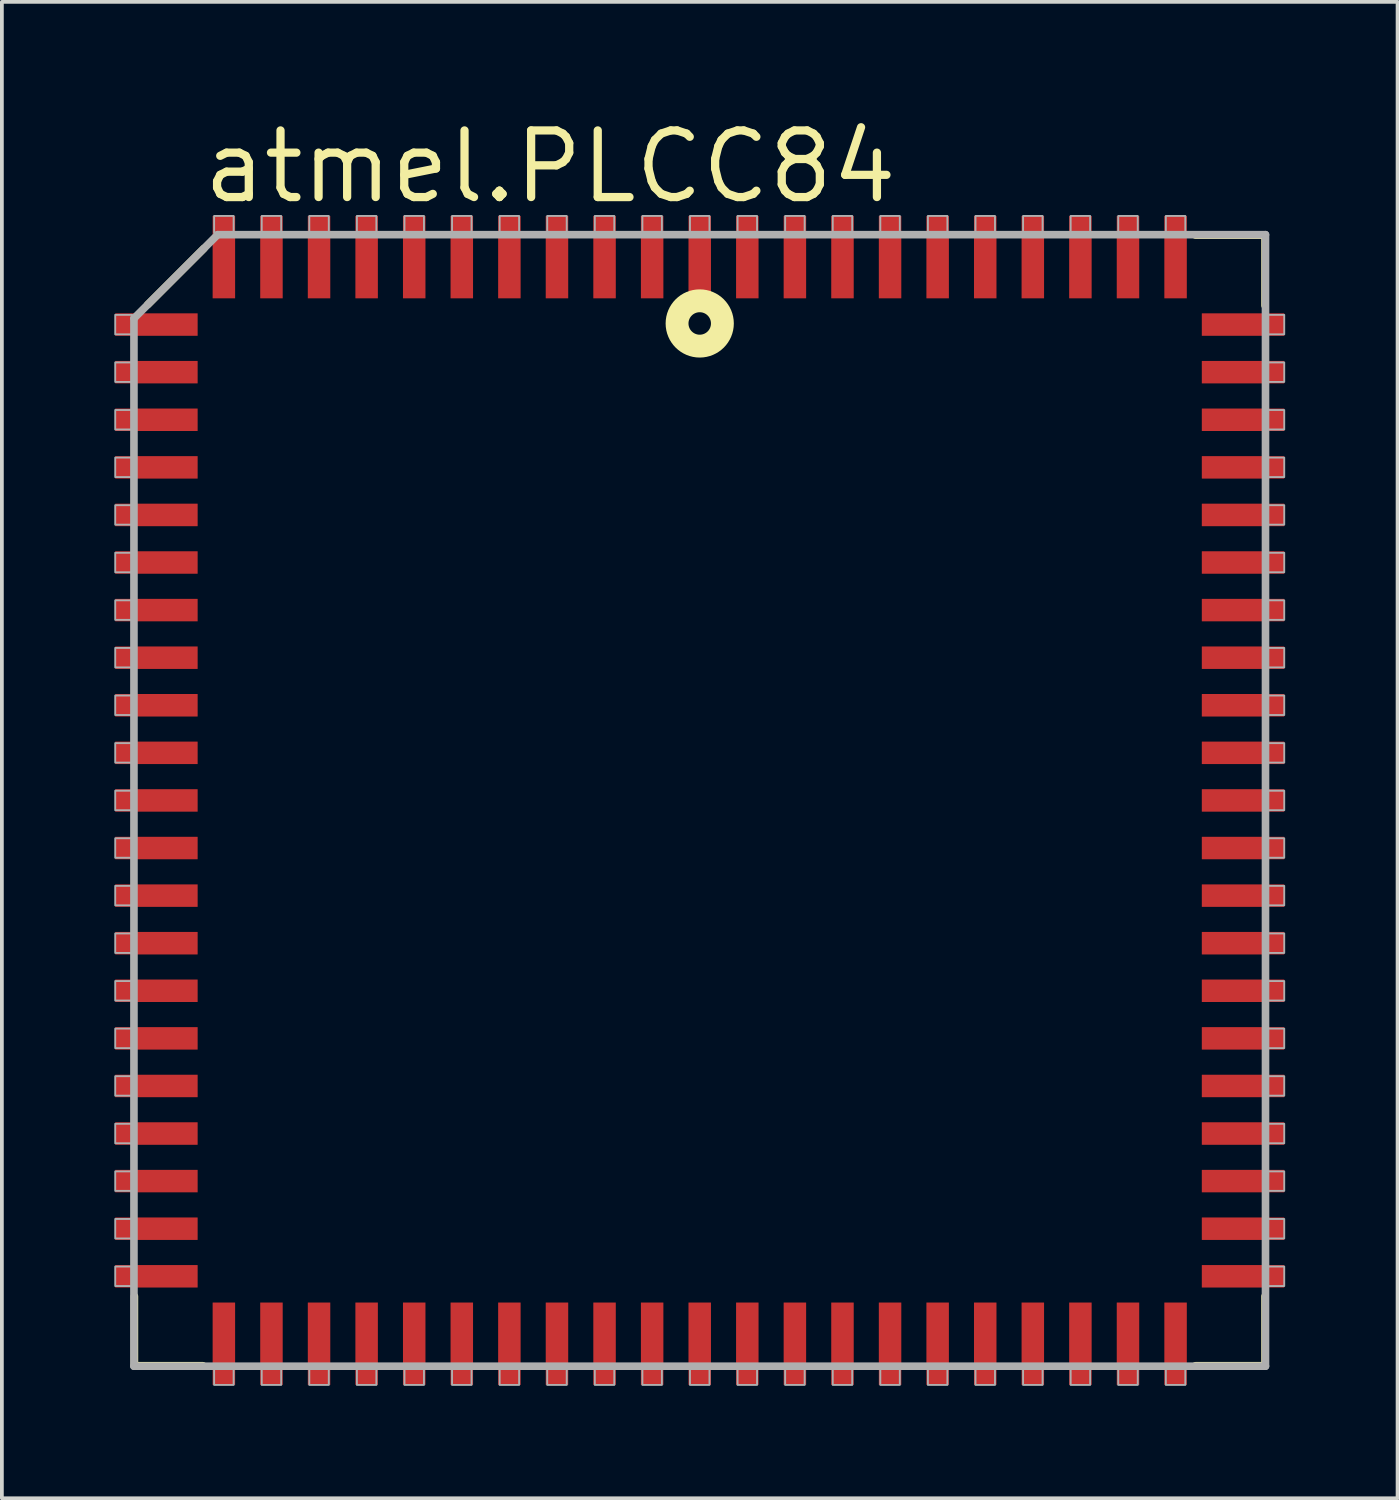
<source format=kicad_pcb>
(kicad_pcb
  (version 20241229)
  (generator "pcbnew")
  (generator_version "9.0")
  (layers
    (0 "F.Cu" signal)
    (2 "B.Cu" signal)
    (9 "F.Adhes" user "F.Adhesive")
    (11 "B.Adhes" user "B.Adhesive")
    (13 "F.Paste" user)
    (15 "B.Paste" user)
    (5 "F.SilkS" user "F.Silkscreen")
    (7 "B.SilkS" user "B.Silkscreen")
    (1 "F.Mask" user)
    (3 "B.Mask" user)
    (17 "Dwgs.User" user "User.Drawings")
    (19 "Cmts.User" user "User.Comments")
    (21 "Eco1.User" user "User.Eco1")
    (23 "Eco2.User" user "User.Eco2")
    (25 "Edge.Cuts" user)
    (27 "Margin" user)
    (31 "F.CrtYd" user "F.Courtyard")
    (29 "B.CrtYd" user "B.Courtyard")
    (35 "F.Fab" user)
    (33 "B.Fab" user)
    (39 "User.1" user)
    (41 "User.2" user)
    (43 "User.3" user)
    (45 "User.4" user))
  (footprint "atmel.PLCC84"
    (layer "F.Cu")
    (at 15.625 18.313)
    (property "Reference" "atmel.PLCC84" (at -13.365 -15.875 0) (layer "F.SilkS") (effects (font (size 1.778 1.778) (thickness 0.22)) (justify left bottom)))
    (attr smd)
    (fp_line (start -15.088 13.233) (end -15.088 15.088) (stroke (width 0.203) (type default)) (layer "F.SilkS"))
    (fp_line (start -15.088 15.088) (end -13.259 15.088) (stroke (width 0.203) (type default)) (layer "F.SilkS"))
    (fp_line (start -14.732 -13.233) (end -13.233 -14.732) (stroke (width 0.203) (type default)) (layer "F.SilkS"))
    (fp_line (start 15.088 -15.088) (end 13.233 -15.088) (stroke (width 0.203) (type default)) (layer "F.SilkS"))
    (fp_line (start 15.088 -13.208) (end 15.088 -15.088) (stroke (width 0.203) (type default)) (layer "F.SilkS"))
    (fp_line (start 15.088 13.233) (end 15.088 15.088) (stroke (width 0.203) (type default)) (layer "F.SilkS"))
    (fp_line (start 15.088 15.088) (end 13.233 15.088) (stroke (width 0.203) (type default)) (layer "F.SilkS"))
    (fp_circle (center 0 -12.73) (end 0.3 -12.73) (stroke (width 0.61) (type default)) (fill no) (layer "F.SilkS"))
    (fp_line (start -15.1 -12.865) (end -15.1 15.1) (stroke (width 0.203) (type default)) (layer "F.Fab"))
    (fp_line (start -15.1 15.1) (end 15.1 15.1) (stroke (width 0.203) (type default)) (layer "F.Fab"))
    (fp_line (start -12.865 -15.1) (end -15.1 -12.865) (stroke (width 0.203) (type default)) (layer "F.Fab"))
    (fp_line (start 15.1 -15.1) (end -12.865 -15.1) (stroke (width 0.203) (type default)) (layer "F.Fab"))
    (fp_line (start 15.1 15.1) (end 15.1 -15.1) (stroke (width 0.203) (type default)) (layer "F.Fab"))
    (fp_rect (start -15.6 -12.44) (end -15.15 -12.96) (stroke (width 0.05) (type default)) (fill no) (layer "F.Fab"))
    (fp_rect (start -15.6 -11.17) (end -15.15 -11.69) (stroke (width 0.05) (type default)) (fill no) (layer "F.Fab"))
    (fp_rect (start -15.6 -9.9) (end -15.15 -10.42) (stroke (width 0.05) (type default)) (fill no) (layer "F.Fab"))
    (fp_rect (start -15.6 -8.63) (end -15.15 -9.15) (stroke (width 0.05) (type default)) (fill no) (layer "F.Fab"))
    (fp_rect (start -15.6 -7.36) (end -15.15 -7.88) (stroke (width 0.05) (type default)) (fill no) (layer "F.Fab"))
    (fp_rect (start -15.6 -6.09) (end -15.15 -6.61) (stroke (width 0.05) (type default)) (fill no) (layer "F.Fab"))
    (fp_rect (start -15.6 -4.82) (end -15.15 -5.34) (stroke (width 0.05) (type default)) (fill no) (layer "F.Fab"))
    (fp_rect (start -15.6 -3.55) (end -15.15 -4.07) (stroke (width 0.05) (type default)) (fill no) (layer "F.Fab"))
    (fp_rect (start -15.6 -2.28) (end -15.15 -2.8) (stroke (width 0.05) (type default)) (fill no) (layer "F.Fab"))
    (fp_rect (start -15.6 -1.01) (end -15.15 -1.53) (stroke (width 0.05) (type default)) (fill no) (layer "F.Fab"))
    (fp_rect (start -15.6 0.26) (end -15.15 -0.26) (stroke (width 0.05) (type default)) (fill no) (layer "F.Fab"))
    (fp_rect (start -15.6 1.53) (end -15.15 1.01) (stroke (width 0.05) (type default)) (fill no) (layer "F.Fab"))
    (fp_rect (start -15.6 2.8) (end -15.15 2.28) (stroke (width 0.05) (type default)) (fill no) (layer "F.Fab"))
    (fp_rect (start -15.6 4.07) (end -15.15 3.55) (stroke (width 0.05) (type default)) (fill no) (layer "F.Fab"))
    (fp_rect (start -15.6 5.34) (end -15.15 4.82) (stroke (width 0.05) (type default)) (fill no) (layer "F.Fab"))
    (fp_rect (start -15.6 6.61) (end -15.15 6.09) (stroke (width 0.05) (type default)) (fill no) (layer "F.Fab"))
    (fp_rect (start -15.6 7.88) (end -15.15 7.36) (stroke (width 0.05) (type default)) (fill no) (layer "F.Fab"))
    (fp_rect (start -15.6 9.15) (end -15.15 8.63) (stroke (width 0.05) (type default)) (fill no) (layer "F.Fab"))
    (fp_rect (start -15.6 10.42) (end -15.15 9.9) (stroke (width 0.05) (type default)) (fill no) (layer "F.Fab"))
    (fp_rect (start -15.6 11.69) (end -15.15 11.17) (stroke (width 0.05) (type default)) (fill no) (layer "F.Fab"))
    (fp_rect (start -15.6 12.96) (end -15.15 12.44) (stroke (width 0.05) (type default)) (fill no) (layer "F.Fab"))
    (fp_rect (start -12.96 -15.15) (end -12.44 -15.6) (stroke (width 0.05) (type default)) (fill no) (layer "F.Fab"))
    (fp_rect (start -12.96 15.6) (end -12.44 15.15) (stroke (width 0.05) (type default)) (fill no) (layer "F.Fab"))
    (fp_rect (start -11.69 -15.15) (end -11.17 -15.6) (stroke (width 0.05) (type default)) (fill no) (layer "F.Fab"))
    (fp_rect (start -11.69 15.6) (end -11.17 15.15) (stroke (width 0.05) (type default)) (fill no) (layer "F.Fab"))
    (fp_rect (start -10.42 -15.15) (end -9.9 -15.6) (stroke (width 0.05) (type default)) (fill no) (layer "F.Fab"))
    (fp_rect (start -10.42 15.6) (end -9.9 15.15) (stroke (width 0.05) (type default)) (fill no) (layer "F.Fab"))
    (fp_rect (start -9.15 -15.15) (end -8.63 -15.6) (stroke (width 0.05) (type default)) (fill no) (layer "F.Fab"))
    (fp_rect (start -9.15 15.6) (end -8.63 15.15) (stroke (width 0.05) (type default)) (fill no) (layer "F.Fab"))
    (fp_rect (start -7.88 -15.15) (end -7.36 -15.6) (stroke (width 0.05) (type default)) (fill no) (layer "F.Fab"))
    (fp_rect (start -7.88 15.6) (end -7.36 15.15) (stroke (width 0.05) (type default)) (fill no) (layer "F.Fab"))
    (fp_rect (start -6.61 -15.15) (end -6.09 -15.6) (stroke (width 0.05) (type default)) (fill no) (layer "F.Fab"))
    (fp_rect (start -6.61 15.6) (end -6.09 15.15) (stroke (width 0.05) (type default)) (fill no) (layer "F.Fab"))
    (fp_rect (start -5.34 -15.15) (end -4.82 -15.6) (stroke (width 0.05) (type default)) (fill no) (layer "F.Fab"))
    (fp_rect (start -5.34 15.6) (end -4.82 15.15) (stroke (width 0.05) (type default)) (fill no) (layer "F.Fab"))
    (fp_rect (start -4.07 -15.15) (end -3.55 -15.6) (stroke (width 0.05) (type default)) (fill no) (layer "F.Fab"))
    (fp_rect (start -4.07 15.6) (end -3.55 15.15) (stroke (width 0.05) (type default)) (fill no) (layer "F.Fab"))
    (fp_rect (start -2.8 -15.15) (end -2.28 -15.6) (stroke (width 0.05) (type default)) (fill no) (layer "F.Fab"))
    (fp_rect (start -2.8 15.6) (end -2.28 15.15) (stroke (width 0.05) (type default)) (fill no) (layer "F.Fab"))
    (fp_rect (start -1.53 -15.15) (end -1.01 -15.6) (stroke (width 0.05) (type default)) (fill no) (layer "F.Fab"))
    (fp_rect (start -1.53 15.6) (end -1.01 15.15) (stroke (width 0.05) (type default)) (fill no) (layer "F.Fab"))
    (fp_rect (start -0.26 -15.15) (end 0.26 -15.6) (stroke (width 0.05) (type default)) (fill no) (layer "F.Fab"))
    (fp_rect (start -0.26 15.6) (end 0.26 15.15) (stroke (width 0.05) (type default)) (fill no) (layer "F.Fab"))
    (fp_rect (start 1.01 -15.15) (end 1.53 -15.6) (stroke (width 0.05) (type default)) (fill no) (layer "F.Fab"))
    (fp_rect (start 1.01 15.6) (end 1.53 15.15) (stroke (width 0.05) (type default)) (fill no) (layer "F.Fab"))
    (fp_rect (start 2.28 -15.15) (end 2.8 -15.6) (stroke (width 0.05) (type default)) (fill no) (layer "F.Fab"))
    (fp_rect (start 2.28 15.6) (end 2.8 15.15) (stroke (width 0.05) (type default)) (fill no) (layer "F.Fab"))
    (fp_rect (start 3.55 -15.15) (end 4.07 -15.6) (stroke (width 0.05) (type default)) (fill no) (layer "F.Fab"))
    (fp_rect (start 3.55 15.6) (end 4.07 15.15) (stroke (width 0.05) (type default)) (fill no) (layer "F.Fab"))
    (fp_rect (start 4.82 -15.15) (end 5.34 -15.6) (stroke (width 0.05) (type default)) (fill no) (layer "F.Fab"))
    (fp_rect (start 4.82 15.6) (end 5.34 15.15) (stroke (width 0.05) (type default)) (fill no) (layer "F.Fab"))
    (fp_rect (start 6.09 -15.15) (end 6.61 -15.6) (stroke (width 0.05) (type default)) (fill no) (layer "F.Fab"))
    (fp_rect (start 6.09 15.6) (end 6.61 15.15) (stroke (width 0.05) (type default)) (fill no) (layer "F.Fab"))
    (fp_rect (start 7.36 -15.15) (end 7.88 -15.6) (stroke (width 0.05) (type default)) (fill no) (layer "F.Fab"))
    (fp_rect (start 7.36 15.6) (end 7.88 15.15) (stroke (width 0.05) (type default)) (fill no) (layer "F.Fab"))
    (fp_rect (start 8.63 -15.15) (end 9.15 -15.6) (stroke (width 0.05) (type default)) (fill no) (layer "F.Fab"))
    (fp_rect (start 8.63 15.6) (end 9.15 15.15) (stroke (width 0.05) (type default)) (fill no) (layer "F.Fab"))
    (fp_rect (start 9.9 -15.15) (end 10.42 -15.6) (stroke (width 0.05) (type default)) (fill no) (layer "F.Fab"))
    (fp_rect (start 9.9 15.6) (end 10.42 15.15) (stroke (width 0.05) (type default)) (fill no) (layer "F.Fab"))
    (fp_rect (start 11.17 -15.15) (end 11.69 -15.6) (stroke (width 0.05) (type default)) (fill no) (layer "F.Fab"))
    (fp_rect (start 11.17 15.6) (end 11.69 15.15) (stroke (width 0.05) (type default)) (fill no) (layer "F.Fab"))
    (fp_rect (start 12.44 -15.15) (end 12.96 -15.6) (stroke (width 0.05) (type default)) (fill no) (layer "F.Fab"))
    (fp_rect (start 12.44 15.6) (end 12.96 15.15) (stroke (width 0.05) (type default)) (fill no) (layer "F.Fab"))
    (fp_rect (start 15.15 -12.44) (end 15.6 -12.96) (stroke (width 0.05) (type default)) (fill no) (layer "F.Fab"))
    (fp_rect (start 15.15 -11.17) (end 15.6 -11.69) (stroke (width 0.05) (type default)) (fill no) (layer "F.Fab"))
    (fp_rect (start 15.15 -9.9) (end 15.6 -10.42) (stroke (width 0.05) (type default)) (fill no) (layer "F.Fab"))
    (fp_rect (start 15.15 -8.63) (end 15.6 -9.15) (stroke (width 0.05) (type default)) (fill no) (layer "F.Fab"))
    (fp_rect (start 15.15 -7.36) (end 15.6 -7.88) (stroke (width 0.05) (type default)) (fill no) (layer "F.Fab"))
    (fp_rect (start 15.15 -6.09) (end 15.6 -6.61) (stroke (width 0.05) (type default)) (fill no) (layer "F.Fab"))
    (fp_rect (start 15.15 -4.82) (end 15.6 -5.34) (stroke (width 0.05) (type default)) (fill no) (layer "F.Fab"))
    (fp_rect (start 15.15 -3.55) (end 15.6 -4.07) (stroke (width 0.05) (type default)) (fill no) (layer "F.Fab"))
    (fp_rect (start 15.15 -2.28) (end 15.6 -2.8) (stroke (width 0.05) (type default)) (fill no) (layer "F.Fab"))
    (fp_rect (start 15.15 -1.01) (end 15.6 -1.53) (stroke (width 0.05) (type default)) (fill no) (layer "F.Fab"))
    (fp_rect (start 15.15 0.26) (end 15.6 -0.26) (stroke (width 0.05) (type default)) (fill no) (layer "F.Fab"))
    (fp_rect (start 15.15 1.53) (end 15.6 1.01) (stroke (width 0.05) (type default)) (fill no) (layer "F.Fab"))
    (fp_rect (start 15.15 2.8) (end 15.6 2.28) (stroke (width 0.05) (type default)) (fill no) (layer "F.Fab"))
    (fp_rect (start 15.15 4.07) (end 15.6 3.55) (stroke (width 0.05) (type default)) (fill no) (layer "F.Fab"))
    (fp_rect (start 15.15 5.34) (end 15.6 4.82) (stroke (width 0.05) (type default)) (fill no) (layer "F.Fab"))
    (fp_rect (start 15.15 6.61) (end 15.6 6.09) (stroke (width 0.05) (type default)) (fill no) (layer "F.Fab"))
    (fp_rect (start 15.15 7.88) (end 15.6 7.36) (stroke (width 0.05) (type default)) (fill no) (layer "F.Fab"))
    (fp_rect (start 15.15 9.15) (end 15.6 8.63) (stroke (width 0.05) (type default)) (fill no) (layer "F.Fab"))
    (fp_rect (start 15.15 10.42) (end 15.6 9.9) (stroke (width 0.05) (type default)) (fill no) (layer "F.Fab"))
    (fp_rect (start 15.15 11.69) (end 15.6 11.17) (stroke (width 0.05) (type default)) (fill no) (layer "F.Fab"))
    (fp_rect (start 15.15 12.96) (end 15.6 12.44) (stroke (width 0.05) (type default)) (fill no) (layer "F.Fab"))
    (pad "1" smd roundrect (at 0 -14.5) (size 0.6 2.2) (layers "F.Cu" "F.Mask" "F.Paste") (roundrect_rratio 0.01))
    (pad "2" smd roundrect (at -1.27 -14.5) (size 0.6 2.2) (layers "F.Cu" "F.Mask" "F.Paste") (roundrect_rratio 0.01))
    (pad "3" smd roundrect (at -2.54 -14.5) (size 0.6 2.2) (layers "F.Cu" "F.Mask" "F.Paste") (roundrect_rratio 0.01))
    (pad "4" smd roundrect (at -3.81 -14.5) (size 0.6 2.2) (layers "F.Cu" "F.Mask" "F.Paste") (roundrect_rratio 0.01))
    (pad "5" smd roundrect (at -5.08 -14.5) (size 0.6 2.2) (layers "F.Cu" "F.Mask" "F.Paste") (roundrect_rratio 0.01))
    (pad "6" smd roundrect (at -6.35 -14.5) (size 0.6 2.2) (layers "F.Cu" "F.Mask" "F.Paste") (roundrect_rratio 0.01))
    (pad "7" smd roundrect (at -7.62 -14.5) (size 0.6 2.2) (layers "F.Cu" "F.Mask" "F.Paste") (roundrect_rratio 0.01))
    (pad "8" smd roundrect (at -8.89 -14.5) (size 0.6 2.2) (layers "F.Cu" "F.Mask" "F.Paste") (roundrect_rratio 0.01))
    (pad "9" smd roundrect (at -10.16 -14.5) (size 0.6 2.2) (layers "F.Cu" "F.Mask" "F.Paste") (roundrect_rratio 0.01))
    (pad "10" smd roundrect (at -11.43 -14.5) (size 0.6 2.2) (layers "F.Cu" "F.Mask" "F.Paste") (roundrect_rratio 0.01))
    (pad "11" smd roundrect (at -12.7 -14.5) (size 0.6 2.2) (layers "F.Cu" "F.Mask" "F.Paste") (roundrect_rratio 0.01))
    (pad "12" smd roundrect (at -14.5 -12.7) (size 2.2 0.6) (layers "F.Cu" "F.Mask" "F.Paste") (roundrect_rratio 0.01))
    (pad "13" smd roundrect (at -14.5 -11.43) (size 2.2 0.6) (layers "F.Cu" "F.Mask" "F.Paste") (roundrect_rratio 0.01))
    (pad "14" smd roundrect (at -14.5 -10.16) (size 2.2 0.6) (layers "F.Cu" "F.Mask" "F.Paste") (roundrect_rratio 0.01))
    (pad "15" smd roundrect (at -14.5 -8.89) (size 2.2 0.6) (layers "F.Cu" "F.Mask" "F.Paste") (roundrect_rratio 0.01))
    (pad "16" smd roundrect (at -14.5 -7.62) (size 2.2 0.6) (layers "F.Cu" "F.Mask" "F.Paste") (roundrect_rratio 0.01))
    (pad "17" smd roundrect (at -14.5 -6.35) (size 2.2 0.6) (layers "F.Cu" "F.Mask" "F.Paste") (roundrect_rratio 0.01))
    (pad "18" smd roundrect (at -14.5 -5.08) (size 2.2 0.6) (layers "F.Cu" "F.Mask" "F.Paste") (roundrect_rratio 0.01))
    (pad "19" smd roundrect (at -14.5 -3.81) (size 2.2 0.6) (layers "F.Cu" "F.Mask" "F.Paste") (roundrect_rratio 0.01))
    (pad "20" smd roundrect (at -14.5 -2.54) (size 2.2 0.6) (layers "F.Cu" "F.Mask" "F.Paste") (roundrect_rratio 0.01))
    (pad "21" smd roundrect (at -14.5 -1.27) (size 2.2 0.6) (layers "F.Cu" "F.Mask" "F.Paste") (roundrect_rratio 0.01))
    (pad "22" smd roundrect (at -14.5 0) (size 2.2 0.6) (layers "F.Cu" "F.Mask" "F.Paste") (roundrect_rratio 0.01))
    (pad "23" smd roundrect (at -14.5 1.27) (size 2.2 0.6) (layers "F.Cu" "F.Mask" "F.Paste") (roundrect_rratio 0.01))
    (pad "24" smd roundrect (at -14.5 2.54) (size 2.2 0.6) (layers "F.Cu" "F.Mask" "F.Paste") (roundrect_rratio 0.01))
    (pad "25" smd roundrect (at -14.5 3.81) (size 2.2 0.6) (layers "F.Cu" "F.Mask" "F.Paste") (roundrect_rratio 0.01))
    (pad "26" smd roundrect (at -14.5 5.08) (size 2.2 0.6) (layers "F.Cu" "F.Mask" "F.Paste") (roundrect_rratio 0.01))
    (pad "27" smd roundrect (at -14.5 6.35) (size 2.2 0.6) (layers "F.Cu" "F.Mask" "F.Paste") (roundrect_rratio 0.01))
    (pad "28" smd roundrect (at -14.5 7.62) (size 2.2 0.6) (layers "F.Cu" "F.Mask" "F.Paste") (roundrect_rratio 0.01))
    (pad "29" smd roundrect (at -14.5 8.89) (size 2.2 0.6) (layers "F.Cu" "F.Mask" "F.Paste") (roundrect_rratio 0.01))
    (pad "30" smd roundrect (at -14.5 10.16) (size 2.2 0.6) (layers "F.Cu" "F.Mask" "F.Paste") (roundrect_rratio 0.01))
    (pad "31" smd roundrect (at -14.5 11.43) (size 2.2 0.6) (layers "F.Cu" "F.Mask" "F.Paste") (roundrect_rratio 0.01))
    (pad "32" smd roundrect (at -14.5 12.7) (size 2.2 0.6) (layers "F.Cu" "F.Mask" "F.Paste") (roundrect_rratio 0.01))
    (pad "33" smd roundrect (at -12.7 14.5) (size 0.6 2.2) (layers "F.Cu" "F.Mask" "F.Paste") (roundrect_rratio 0.01))
    (pad "34" smd roundrect (at -11.43 14.5) (size 0.6 2.2) (layers "F.Cu" "F.Mask" "F.Paste") (roundrect_rratio 0.01))
    (pad "35" smd roundrect (at -10.16 14.5) (size 0.6 2.2) (layers "F.Cu" "F.Mask" "F.Paste") (roundrect_rratio 0.01))
    (pad "36" smd roundrect (at -8.89 14.5) (size 0.6 2.2) (layers "F.Cu" "F.Mask" "F.Paste") (roundrect_rratio 0.01))
    (pad "37" smd roundrect (at -7.62 14.5) (size 0.6 2.2) (layers "F.Cu" "F.Mask" "F.Paste") (roundrect_rratio 0.01))
    (pad "38" smd roundrect (at -6.35 14.5) (size 0.6 2.2) (layers "F.Cu" "F.Mask" "F.Paste") (roundrect_rratio 0.01))
    (pad "39" smd roundrect (at -5.08 14.5) (size 0.6 2.2) (layers "F.Cu" "F.Mask" "F.Paste") (roundrect_rratio 0.01))
    (pad "40" smd roundrect (at -3.81 14.5) (size 0.6 2.2) (layers "F.Cu" "F.Mask" "F.Paste") (roundrect_rratio 0.01))
    (pad "41" smd roundrect (at -2.54 14.5) (size 0.6 2.2) (layers "F.Cu" "F.Mask" "F.Paste") (roundrect_rratio 0.01))
    (pad "42" smd roundrect (at -1.27 14.5) (size 0.6 2.2) (layers "F.Cu" "F.Mask" "F.Paste") (roundrect_rratio 0.01))
    (pad "43" smd roundrect (at 0 14.5) (size 0.6 2.2) (layers "F.Cu" "F.Mask" "F.Paste") (roundrect_rratio 0.01))
    (pad "44" smd roundrect (at 1.27 14.5) (size 0.6 2.2) (layers "F.Cu" "F.Mask" "F.Paste") (roundrect_rratio 0.01))
    (pad "45" smd roundrect (at 2.54 14.5) (size 0.6 2.2) (layers "F.Cu" "F.Mask" "F.Paste") (roundrect_rratio 0.01))
    (pad "46" smd roundrect (at 3.81 14.5) (size 0.6 2.2) (layers "F.Cu" "F.Mask" "F.Paste") (roundrect_rratio 0.01))
    (pad "47" smd roundrect (at 5.08 14.5) (size 0.6 2.2) (layers "F.Cu" "F.Mask" "F.Paste") (roundrect_rratio 0.01))
    (pad "48" smd roundrect (at 6.35 14.5) (size 0.6 2.2) (layers "F.Cu" "F.Mask" "F.Paste") (roundrect_rratio 0.01))
    (pad "49" smd roundrect (at 7.62 14.5) (size 0.6 2.2) (layers "F.Cu" "F.Mask" "F.Paste") (roundrect_rratio 0.01))
    (pad "50" smd roundrect (at 8.89 14.5) (size 0.6 2.2) (layers "F.Cu" "F.Mask" "F.Paste") (roundrect_rratio 0.01))
    (pad "51" smd roundrect (at 10.16 14.5) (size 0.6 2.2) (layers "F.Cu" "F.Mask" "F.Paste") (roundrect_rratio 0.01))
    (pad "52" smd roundrect (at 11.43 14.5) (size 0.6 2.2) (layers "F.Cu" "F.Mask" "F.Paste") (roundrect_rratio 0.01))
    (pad "53" smd roundrect (at 12.7 14.5) (size 0.6 2.2) (layers "F.Cu" "F.Mask" "F.Paste") (roundrect_rratio 0.01))
    (pad "54" smd roundrect (at 14.5 12.7) (size 2.2 0.6) (layers "F.Cu" "F.Mask" "F.Paste") (roundrect_rratio 0.01))
    (pad "55" smd roundrect (at 14.5 11.43) (size 2.2 0.6) (layers "F.Cu" "F.Mask" "F.Paste") (roundrect_rratio 0.01))
    (pad "56" smd roundrect (at 14.5 10.16) (size 2.2 0.6) (layers "F.Cu" "F.Mask" "F.Paste") (roundrect_rratio 0.01))
    (pad "57" smd roundrect (at 14.5 8.89) (size 2.2 0.6) (layers "F.Cu" "F.Mask" "F.Paste") (roundrect_rratio 0.01))
    (pad "58" smd roundrect (at 14.5 7.62) (size 2.2 0.6) (layers "F.Cu" "F.Mask" "F.Paste") (roundrect_rratio 0.01))
    (pad "59" smd roundrect (at 14.5 6.35) (size 2.2 0.6) (layers "F.Cu" "F.Mask" "F.Paste") (roundrect_rratio 0.01))
    (pad "60" smd roundrect (at 14.5 5.08) (size 2.2 0.6) (layers "F.Cu" "F.Mask" "F.Paste") (roundrect_rratio 0.01))
    (pad "61" smd roundrect (at 14.5 3.81) (size 2.2 0.6) (layers "F.Cu" "F.Mask" "F.Paste") (roundrect_rratio 0.01))
    (pad "62" smd roundrect (at 14.5 2.54) (size 2.2 0.6) (layers "F.Cu" "F.Mask" "F.Paste") (roundrect_rratio 0.01))
    (pad "63" smd roundrect (at 14.5 1.27) (size 2.2 0.6) (layers "F.Cu" "F.Mask" "F.Paste") (roundrect_rratio 0.01))
    (pad "64" smd roundrect (at 14.5 0) (size 2.2 0.6) (layers "F.Cu" "F.Mask" "F.Paste") (roundrect_rratio 0.01))
    (pad "65" smd roundrect (at 14.5 -1.27) (size 2.2 0.6) (layers "F.Cu" "F.Mask" "F.Paste") (roundrect_rratio 0.01))
    (pad "66" smd roundrect (at 14.5 -2.54) (size 2.2 0.6) (layers "F.Cu" "F.Mask" "F.Paste") (roundrect_rratio 0.01))
    (pad "67" smd roundrect (at 14.5 -3.81) (size 2.2 0.6) (layers "F.Cu" "F.Mask" "F.Paste") (roundrect_rratio 0.01))
    (pad "68" smd roundrect (at 14.5 -5.08) (size 2.2 0.6) (layers "F.Cu" "F.Mask" "F.Paste") (roundrect_rratio 0.01))
    (pad "69" smd roundrect (at 14.5 -6.35) (size 2.2 0.6) (layers "F.Cu" "F.Mask" "F.Paste") (roundrect_rratio 0.01))
    (pad "70" smd roundrect (at 14.5 -7.62) (size 2.2 0.6) (layers "F.Cu" "F.Mask" "F.Paste") (roundrect_rratio 0.01))
    (pad "71" smd roundrect (at 14.5 -8.89) (size 2.2 0.6) (layers "F.Cu" "F.Mask" "F.Paste") (roundrect_rratio 0.01))
    (pad "72" smd roundrect (at 14.5 -10.16) (size 2.2 0.6) (layers "F.Cu" "F.Mask" "F.Paste") (roundrect_rratio 0.01))
    (pad "73" smd roundrect (at 14.5 -11.43) (size 2.2 0.6) (layers "F.Cu" "F.Mask" "F.Paste") (roundrect_rratio 0.01))
    (pad "74" smd roundrect (at 14.5 -12.7) (size 2.2 0.6) (layers "F.Cu" "F.Mask" "F.Paste") (roundrect_rratio 0.01))
    (pad "75" smd roundrect (at 12.7 -14.5) (size 0.6 2.2) (layers "F.Cu" "F.Mask" "F.Paste") (roundrect_rratio 0.01))
    (pad "76" smd roundrect (at 11.43 -14.5) (size 0.6 2.2) (layers "F.Cu" "F.Mask" "F.Paste") (roundrect_rratio 0.01))
    (pad "77" smd roundrect (at 10.16 -14.5) (size 0.6 2.2) (layers "F.Cu" "F.Mask" "F.Paste") (roundrect_rratio 0.01))
    (pad "78" smd roundrect (at 8.89 -14.5) (size 0.6 2.2) (layers "F.Cu" "F.Mask" "F.Paste") (roundrect_rratio 0.01))
    (pad "79" smd roundrect (at 7.62 -14.5) (size 0.6 2.2) (layers "F.Cu" "F.Mask" "F.Paste") (roundrect_rratio 0.01))
    (pad "80" smd roundrect (at 6.35 -14.5) (size 0.6 2.2) (layers "F.Cu" "F.Mask" "F.Paste") (roundrect_rratio 0.01))
    (pad "81" smd roundrect (at 5.08 -14.5) (size 0.6 2.2) (layers "F.Cu" "F.Mask" "F.Paste") (roundrect_rratio 0.01))
    (pad "82" smd roundrect (at 3.81 -14.5) (size 0.6 2.2) (layers "F.Cu" "F.Mask" "F.Paste") (roundrect_rratio 0.01))
    (pad "83" smd roundrect (at 2.54 -14.5) (size 0.6 2.2) (layers "F.Cu" "F.Mask" "F.Paste") (roundrect_rratio 0.01))
    (pad "84" smd roundrect (at 1.27 -14.5) (size 0.6 2.2) (layers "F.Cu" "F.Mask" "F.Paste") (roundrect_rratio 0.01)))
  (gr_rect
    (start -3 -3)
    (end 34.25 36.938)
    (stroke (width 0.1) (type default))
    (fill no)
    (layer "Edge.Cuts")))
</source>
